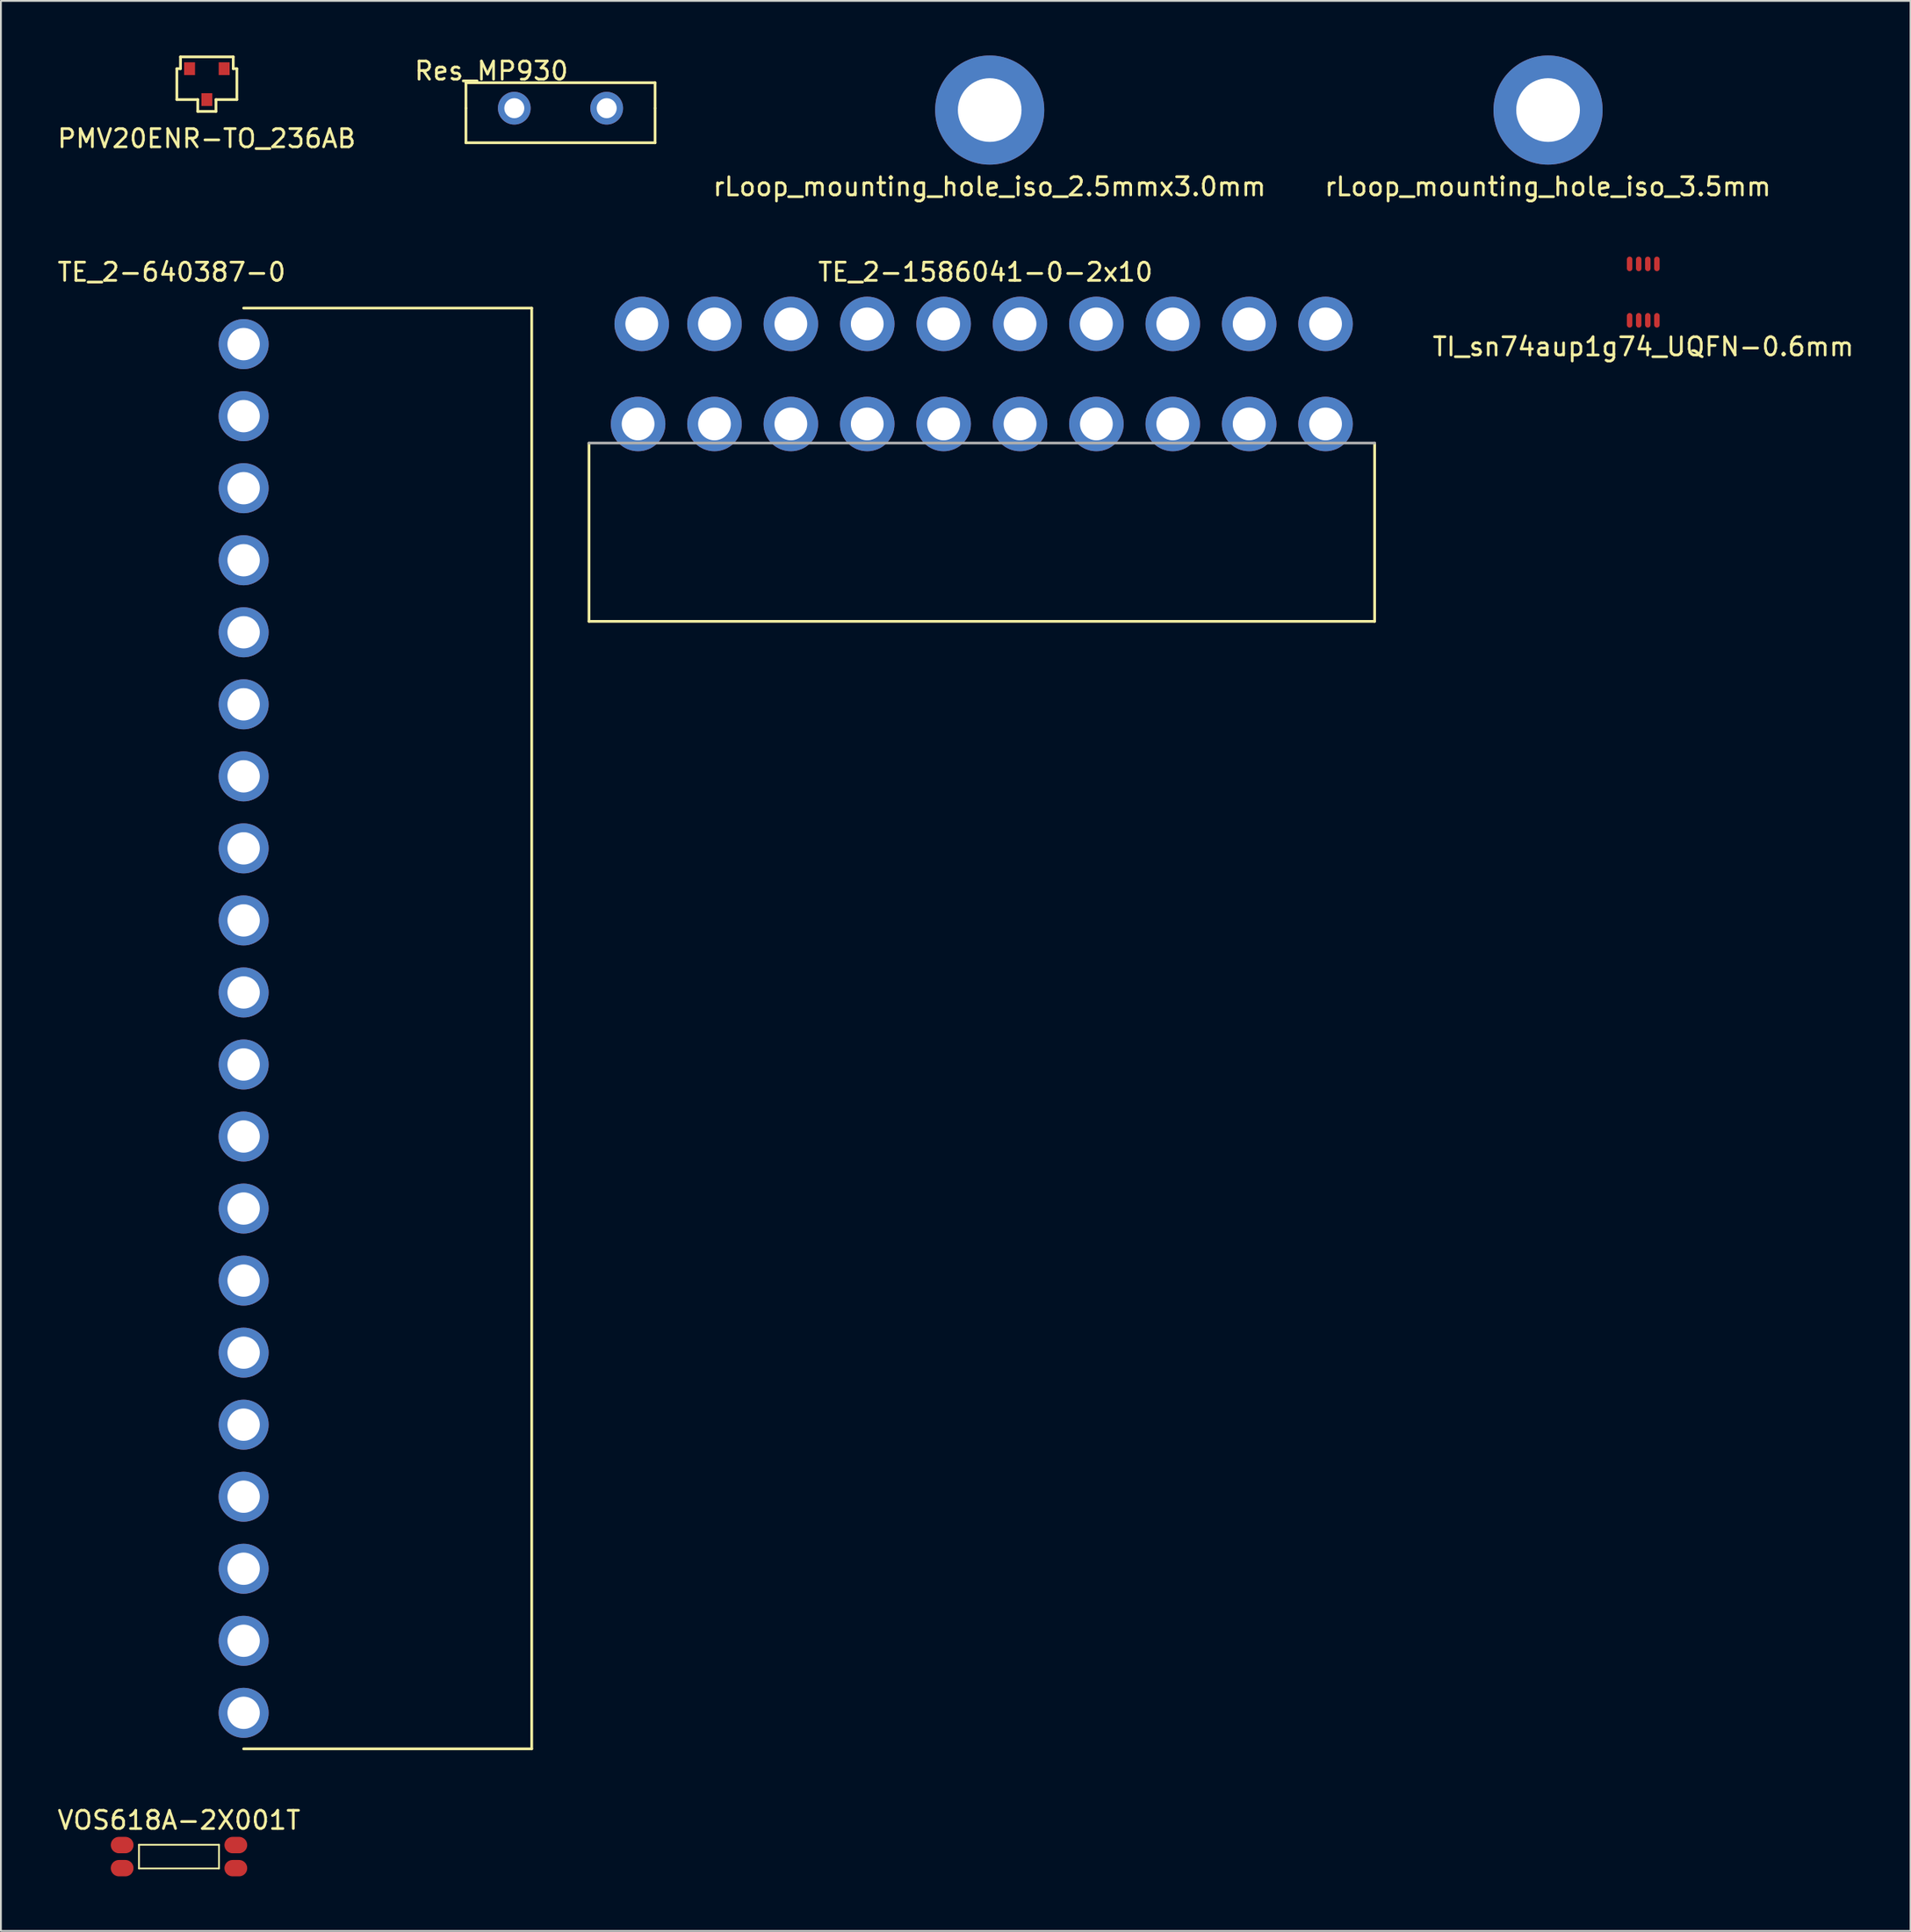
<source format=kicad_pcb>
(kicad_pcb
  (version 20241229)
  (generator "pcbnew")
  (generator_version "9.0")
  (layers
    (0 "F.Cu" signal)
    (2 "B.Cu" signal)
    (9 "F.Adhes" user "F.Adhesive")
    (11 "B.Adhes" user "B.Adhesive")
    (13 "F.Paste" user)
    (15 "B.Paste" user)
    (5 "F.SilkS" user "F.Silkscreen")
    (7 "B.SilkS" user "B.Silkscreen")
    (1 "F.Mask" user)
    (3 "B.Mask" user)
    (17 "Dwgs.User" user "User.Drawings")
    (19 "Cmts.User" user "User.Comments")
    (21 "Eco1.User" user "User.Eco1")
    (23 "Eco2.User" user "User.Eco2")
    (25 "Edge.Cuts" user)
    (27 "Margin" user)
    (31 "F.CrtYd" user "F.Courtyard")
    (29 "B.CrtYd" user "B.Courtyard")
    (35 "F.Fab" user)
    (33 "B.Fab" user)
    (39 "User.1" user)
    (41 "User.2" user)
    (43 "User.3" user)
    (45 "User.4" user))
  (footprint "rLoop_mounting_hole_iso_2.5mmx3.0mm"
    (layer "F.Cu")
    (at 51.371 3)
    (property "Reference" "rLoop_mounting_hole_iso_2.5mmx3.0mm" (at -0.01 4.21 0) (layer "F.SilkS") (effects (font (size 1 1) (thickness 0.15))))
    (attr through_hole)
    (pad "ISO" thru_hole circle (at 0 0) (size 6 6) (drill 3.5) (layers "*.Cu" "*.Mask")))
  (footprint "PMV20ENR-TO_236AB"
    (layer "F.Cu")
    (at 8.325 1.575)
    (property "Reference" "PMV20ENR-TO_236AB" (at -0.01 2.99 0) (layer "F.SilkS") (effects (font (size 1 1) (thickness 0.15))))
    (attr through_hole)
    (fp_line (start -1.65 -0.85) (end -1.45 -0.85) (stroke (width 0.15) (type solid)) (layer "F.SilkS"))
    (fp_line (start -1.65 0.85) (end -1.65 -0.85) (stroke (width 0.15) (type solid)) (layer "F.SilkS"))
    (fp_line (start -1.45 -1.5) (end 1.45 -1.5) (stroke (width 0.15) (type solid)) (layer "F.SilkS"))
    (fp_line (start -1.45 -0.85) (end -1.45 -1.5) (stroke (width 0.15) (type solid)) (layer "F.SilkS"))
    (fp_line (start -0.5 0.85) (end -1.65 0.85) (stroke (width 0.15) (type solid)) (layer "F.SilkS"))
    (fp_line (start -0.5 1.5) (end -0.5 0.85) (stroke (width 0.15) (type solid)) (layer "F.SilkS"))
    (fp_line (start 0.5 0.85) (end 0.5 1.5) (stroke (width 0.15) (type solid)) (layer "F.SilkS"))
    (fp_line (start 0.5 1.5) (end -0.5 1.5) (stroke (width 0.15) (type solid)) (layer "F.SilkS"))
    (fp_line (start 1.45 -1.5) (end 1.45 -0.85) (stroke (width 0.15) (type solid)) (layer "F.SilkS"))
    (fp_line (start 1.45 -0.85) (end 1.65 -0.85) (stroke (width 0.15) (type solid)) (layer "F.SilkS"))
    (fp_line (start 1.65 -0.85) (end 1.65 0.85) (stroke (width 0.15) (type solid)) (layer "F.SilkS"))
    (fp_line (start 1.65 0.85) (end 0.5 0.85) (stroke (width 0.15) (type solid)) (layer "F.SilkS"))
    (pad "1" smd rect (at 0.95 -0.85) (size 0.6 0.7) (layers "F.Cu" "F.Mask" "F.Paste"))
    (pad "2" smd rect (at -0.95 -0.85) (size 0.6 0.7) (layers "F.Cu" "F.Mask" "F.Paste"))
    (pad "3" smd rect (at 0 0.85) (size 0.6 0.7) (layers "F.Cu" "F.Mask" "F.Paste")))
  (footprint "Res_MP930"
    (layer "F.Cu")
    (at 27.77 2.898)
    (property "Reference" "Res_MP930" (at -3.8 -2.05 0) (layer "F.SilkS") (effects (font (size 1 1) (thickness 0.15))))
    (attr through_hole)
    (fp_line (start -5.2 -1.4) (end 5.2 -1.4) (stroke (width 0.15) (type solid)) (layer "F.SilkS"))
    (fp_line (start -5.2 0) (end -5.2 -1.4) (stroke (width 0.15) (type solid)) (layer "F.SilkS"))
    (fp_line (start -5.2 0) (end -5.2 1.9) (stroke (width 0.15) (type solid)) (layer "F.SilkS"))
    (fp_line (start -5.2 1.9) (end 5.2 1.9) (stroke (width 0.15) (type solid)) (layer "F.SilkS"))
    (fp_line (start 5.2 -1.4) (end 5.2 0) (stroke (width 0.15) (type solid)) (layer "F.SilkS"))
    (fp_line (start 5.2 1.9) (end 5.2 0) (stroke (width 0.15) (type solid)) (layer "F.SilkS"))
    (pad "1" thru_hole circle (at 2.54 0) (size 1.8 1.8) (drill 1.1) (layers "*.Cu" "*.Mask"))
    (pad "2" thru_hole circle (at -2.54 0) (size 1.8 1.8) (drill 1.1) (layers "*.Cu" "*.Mask")))
  (footprint "TE_2-640387-0"
    (layer "F.Cu")
    (at 14.307 53.486)
    (property "Reference" "TE_2-640387-0" (at -7.92 -41.58 180) (layer "F.SilkS") (effects (font (size 1 1) (thickness 0.15))))
    (attr through_hole)
    (fp_line (start -3.96 39.6) (end 11.88 39.6) (stroke (width 0.15) (type solid)) (layer "F.SilkS"))
    (fp_line (start 11.88 -39.6) (end -3.96 -39.6) (stroke (width 0.15) (type solid)) (layer "F.SilkS"))
    (fp_line (start 11.88 39.6) (end 11.88 -39.6) (stroke (width 0.15) (type solid)) (layer "F.SilkS"))
    (pad "1" thru_hole circle (at -3.96 37.62) (size 2.75 2.75) (drill 1.778) (layers "*.Cu" "*.Mask"))
    (pad "2" thru_hole circle (at -3.96 33.66) (size 2.75 2.75) (drill 1.778) (layers "*.Cu" "*.Mask"))
    (pad "3" thru_hole circle (at -3.96 29.7) (size 2.75 2.75) (drill 1.778) (layers "*.Cu" "*.Mask"))
    (pad "4" thru_hole circle (at -3.96 25.74) (size 2.75 2.75) (drill 1.778) (layers "*.Cu" "*.Mask"))
    (pad "5" thru_hole circle (at -3.96 21.78) (size 2.75 2.75) (drill 1.778) (layers "*.Cu" "*.Mask"))
    (pad "6" thru_hole circle (at -3.96 17.82) (size 2.75 2.75) (drill 1.778) (layers "*.Cu" "*.Mask"))
    (pad "7" thru_hole circle (at -3.96 13.86) (size 2.75 2.75) (drill 1.778) (layers "*.Cu" "*.Mask"))
    (pad "8" thru_hole circle (at -3.96 9.9) (size 2.75 2.75) (drill 1.778) (layers "*.Cu" "*.Mask"))
    (pad "9" thru_hole circle (at -3.96 5.94) (size 2.75 2.75) (drill 1.778) (layers "*.Cu" "*.Mask"))
    (pad "10" thru_hole circle (at -3.96 1.98) (size 2.75 2.75) (drill 1.778) (layers "*.Cu" "*.Mask"))
    (pad "11" thru_hole circle (at -3.96 -1.98) (size 2.75 2.75) (drill 1.778) (layers "*.Cu" "*.Mask"))
    (pad "12" thru_hole circle (at -3.96 -5.94) (size 2.75 2.75) (drill 1.778) (layers "*.Cu" "*.Mask"))
    (pad "13" thru_hole circle (at -3.96 -9.9) (size 2.75 2.75) (drill 1.778) (layers "*.Cu" "*.Mask"))
    (pad "14" thru_hole circle (at -3.96 -13.86) (size 2.75 2.75) (drill 1.778) (layers "*.Cu" "*.Mask"))
    (pad "15" thru_hole circle (at -3.96 -17.82) (size 2.75 2.75) (drill 1.778) (layers "*.Cu" "*.Mask"))
    (pad "16" thru_hole circle (at -3.96 -21.78) (size 2.75 2.75) (drill 1.778) (layers "*.Cu" "*.Mask"))
    (pad "17" thru_hole circle (at -3.96 -25.74) (size 2.75 2.75) (drill 1.778) (layers "*.Cu" "*.Mask"))
    (pad "18" thru_hole circle (at -3.96 -29.7) (size 2.75 2.75) (drill 1.778) (layers "*.Cu" "*.Mask"))
    (pad "19" thru_hole circle (at -3.96 -33.66) (size 2.75 2.75) (drill 1.778) (layers "*.Cu" "*.Mask"))
    (pad "20" thru_hole circle (at -3.96 -37.62) (size 2.75 2.75) (drill 1.778) (layers "*.Cu" "*.Mask")))
  (footprint "rLoop_mounting_hole_iso_3.5mm"
    (layer "F.Cu")
    (at 82.073 3)
    (property "Reference" "rLoop_mounting_hole_iso_3.5mm" (at -0.01 4.21 0) (layer "F.SilkS") (effects (font (size 1 1) (thickness 0.15))))
    (attr through_hole)
    (pad "ISO" thru_hole circle (at 0 0) (size 6 6) (drill 3.5) (layers "*.Cu" "*.Mask")))
  (footprint "TE_2-1586041-0-2x10"
    (layer "F.Cu")
    (at 50.937 17.506)
    (property "Reference" "TE_2-1586041-0-2x10" (at 0.2 -5.6 0) (layer "F.SilkS") (effects (font (size 1 1) (thickness 0.15))))
    (attr through_hole)
    (fp_line (start -21.6 3.8) (end -21.6 13.6) (stroke (width 0.15) (type solid)) (layer "F.SilkS"))
    (fp_line (start -21.6 13.6) (end 21.6 13.6) (stroke (width 0.15) (type solid)) (layer "F.SilkS"))
    (fp_line (start 21.6 13.6) (end 21.6 3.8) (stroke (width 0.15) (type solid)) (layer "F.SilkS"))
    (fp_line (start 21.6 3.8) (end -21.6 3.8) (stroke (width 0.15) (type solid)) (layer "F.Fab"))
    (pad "1" thru_hole circle (at 18.9 2.75) (size 3 3) (drill 1.8) (layers "*.Cu" "*.Mask"))
    (pad "2" thru_hole circle (at 14.7 2.75) (size 3 3) (drill 1.8) (layers "*.Cu" "*.Mask"))
    (pad "3" thru_hole circle (at 10.5 2.75) (size 3 3) (drill 1.8) (layers "*.Cu" "*.Mask"))
    (pad "4" thru_hole circle (at 6.3 2.75) (size 3 3) (drill 1.8) (layers "*.Cu" "*.Mask"))
    (pad "5" thru_hole circle (at 2.1 2.75) (size 3 3) (drill 1.8) (layers "*.Cu" "*.Mask"))
    (pad "6" thru_hole circle (at -2.1 2.75) (size 3 3) (drill 1.8) (layers "*.Cu" "*.Mask"))
    (pad "7" thru_hole circle (at -6.3 2.75) (size 3 3) (drill 1.8) (layers "*.Cu" "*.Mask"))
    (pad "8" thru_hole circle (at -10.5 2.75) (size 3 3) (drill 1.8) (layers "*.Cu" "*.Mask"))
    (pad "9" thru_hole circle (at -14.7 2.75) (size 3 3) (drill 1.8) (layers "*.Cu" "*.Mask"))
    (pad "10" thru_hole circle (at -18.9 2.75) (size 3 3) (drill 1.8) (layers "*.Cu" "*.Mask"))
    (pad "11" thru_hole circle (at 18.9 -2.75) (size 3 3) (drill 1.8) (layers "*.Cu" "*.Mask"))
    (pad "12" thru_hole circle (at 14.7 -2.75) (size 3 3) (drill 1.8) (layers "*.Cu" "*.Mask"))
    (pad "13" thru_hole circle (at 10.5 -2.75) (size 3 3) (drill 1.8) (layers "*.Cu" "*.Mask"))
    (pad "14" thru_hole circle (at 6.3 -2.75) (size 3 3) (drill 1.8) (layers "*.Cu" "*.Mask"))
    (pad "15" thru_hole circle (at 2.1 -2.75) (size 3 3) (drill 1.8) (layers "*.Cu" "*.Mask"))
    (pad "16" thru_hole circle (at -2.1 -2.75) (size 3 3) (drill 1.8) (layers "*.Cu" "*.Mask"))
    (pad "17" thru_hole circle (at -6.3 -2.75) (size 3 3) (drill 1.8) (layers "*.Cu" "*.Mask"))
    (pad "18" thru_hole circle (at -10.5 -2.75) (size 3 3) (drill 1.8) (layers "*.Cu" "*.Mask"))
    (pad "19" thru_hole circle (at -14.7 -2.75) (size 3 3) (drill 1.8) (layers "*.Cu" "*.Mask"))
    (pad "20" thru_hole circle (at -18.7 -2.75) (size 3 3) (drill 1.8) (layers "*.Cu" "*.Mask")))
  (footprint "TI_sn74aup1g74_UQFN-0.6mm"
    (layer "F.Cu")
    (at 87.308 13.008)
    (property "Reference" "TI_sn74aup1g74_UQFN-0.6mm" (at 0 3 0) (layer "F.SilkS") (effects (font (size 1 1) (thickness 0.15))))
    (attr through_hole)
    (pad "1" smd oval (at -0.75 1.55) (size 0.3 0.8) (layers "F.Cu" "F.Mask" "F.Paste"))
    (pad "2" smd oval (at -0.25 1.55) (size 0.3 0.8) (layers "F.Cu" "F.Mask" "F.Paste"))
    (pad "3" smd oval (at 0.25 1.55) (size 0.3 0.8) (layers "F.Cu" "F.Mask" "F.Paste"))
    (pad "4" smd oval (at 0.75 1.55) (size 0.3 0.8) (layers "F.Cu" "F.Mask" "F.Paste"))
    (pad "5" smd oval (at 0.75 -1.55) (size 0.3 0.8) (layers "F.Cu" "F.Mask" "F.Paste"))
    (pad "6" smd oval (at 0.25 -1.55) (size 0.3 0.8) (layers "F.Cu" "F.Mask" "F.Paste"))
    (pad "7" smd oval (at -0.25 -1.55) (size 0.3 0.8) (layers "F.Cu" "F.Mask" "F.Paste"))
    (pad "8" smd oval (at -0.75 -1.55) (size 0.3 0.8) (layers "F.Cu" "F.Mask" "F.Paste")))
  (footprint "VOS618A-2X001T"
    (layer "F.Cu")
    (at 6.792 99.01)
    (property "Reference" "VOS618A-2X001T" (at 0 -2 0) (layer "F.SilkS") (effects (font (size 1 1) (thickness 0.15))))
    (attr through_hole)
    (fp_line (start -2.2 -0.65) (end 2.2 -0.65) (stroke (width 0.1) (type solid)) (layer "F.SilkS"))
    (fp_line (start -2.2 0.65) (end -2.2 -0.65) (stroke (width 0.1) (type solid)) (layer "F.SilkS"))
    (fp_line (start 2.2 -0.65) (end 2.2 0.65) (stroke (width 0.1) (type solid)) (layer "F.SilkS"))
    (fp_line (start 2.2 0.65) (end -2.2 0.65) (stroke (width 0.1) (type solid)) (layer "F.SilkS"))
    (pad "1" smd oval (at 3.125 0.635) (size 1.25 0.9) (layers "F.Cu" "F.Mask" "F.Paste"))
    (pad "2" smd oval (at 3.125 -0.635) (size 1.25 0.9) (layers "F.Cu" "F.Mask" "F.Paste"))
    (pad "3" smd oval (at -3.125 -0.635) (size 1.25 0.9) (layers "F.Cu" "F.Mask" "F.Paste"))
    (pad "4" smd oval (at -3.125 0.635) (size 1.25 0.9) (layers "F.Cu" "F.Mask" "F.Paste")))
  (gr_rect
    (start -3 -3)
    (end 102.005 103.095)
    (stroke (width 0.1) (type default))
    (fill no)
    (layer "Edge.Cuts")))
</source>
